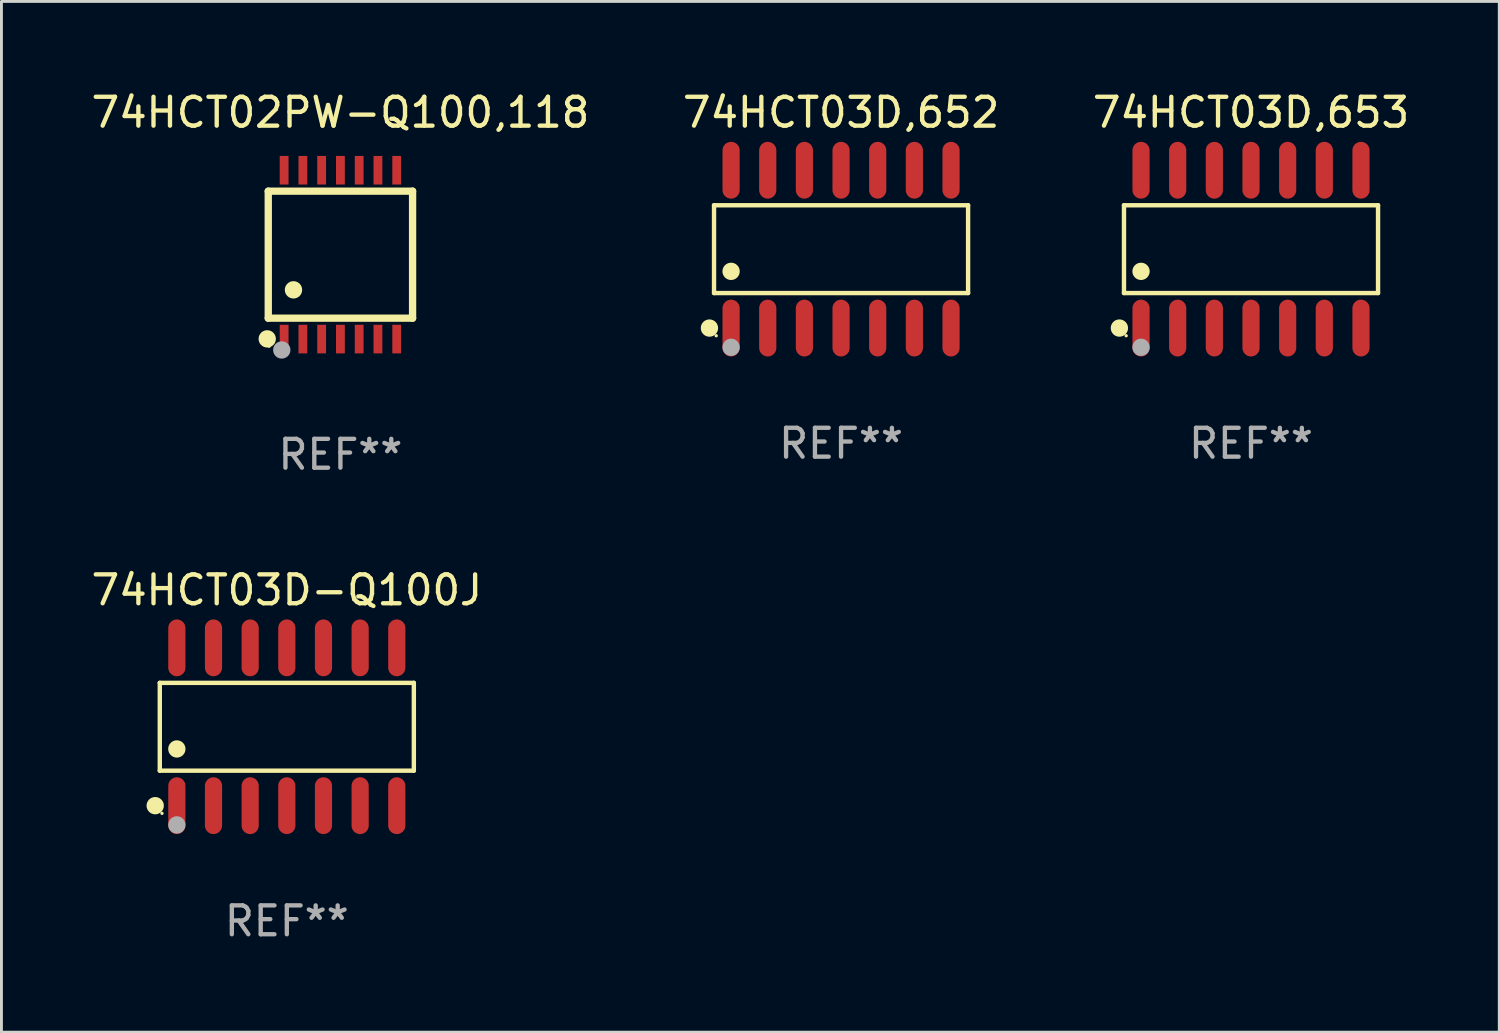
<source format=kicad_pcb>
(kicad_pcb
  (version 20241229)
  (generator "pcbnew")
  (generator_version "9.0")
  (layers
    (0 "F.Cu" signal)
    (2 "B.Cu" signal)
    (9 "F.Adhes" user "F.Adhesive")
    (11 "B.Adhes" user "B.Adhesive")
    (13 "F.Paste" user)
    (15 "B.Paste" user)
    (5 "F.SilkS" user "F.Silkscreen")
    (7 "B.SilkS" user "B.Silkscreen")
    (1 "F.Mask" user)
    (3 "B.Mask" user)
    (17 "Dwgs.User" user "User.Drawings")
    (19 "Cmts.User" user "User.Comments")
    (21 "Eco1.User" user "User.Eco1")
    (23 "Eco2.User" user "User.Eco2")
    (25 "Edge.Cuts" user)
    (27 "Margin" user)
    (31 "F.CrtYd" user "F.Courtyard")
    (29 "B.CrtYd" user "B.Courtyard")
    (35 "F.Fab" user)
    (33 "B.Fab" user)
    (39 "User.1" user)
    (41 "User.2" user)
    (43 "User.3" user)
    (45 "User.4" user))
  (footprint "74HCT03D-Q100J"
    (layer "F.Cu")
    (at 6.887 22.129)
    (property "Reference" "74HCT03D-Q100J" (at 0 -4.734 0) (layer "F.SilkS") (effects (font (size 1 1) (thickness 0.15))))
    (attr through_hole)
    (fp_line (start -4.401 -1.521) (end 4.401 -1.521) (stroke (width 0.152) (type solid)) (layer "F.SilkS"))
    (fp_line (start -4.401 1.521) (end -4.401 -1.521) (stroke (width 0.152) (type solid)) (layer "F.SilkS"))
    (fp_line (start 4.401 -1.521) (end 4.401 1.521) (stroke (width 0.152) (type solid)) (layer "F.SilkS"))
    (fp_line (start 4.401 1.521) (end -4.401 1.521) (stroke (width 0.152) (type solid)) (layer "F.SilkS"))
    (fp_circle (center -4.56 2.734) (end -4.41 2.734) (stroke (width 0.3) (type solid)) (fill no) (layer "F.SilkS"))
    (fp_circle (center -4.325 3) (end -4.295 3) (stroke (width 0.06) (type solid)) (fill no) (layer "F.SilkS"))
    (fp_circle (center -3.81 0.769) (end -3.66 0.769) (stroke (width 0.3) (type solid)) (fill no) (layer "F.SilkS"))
    (fp_circle (center -3.81 3.4) (end -3.66 3.4) (stroke (width 0.3) (type solid)) (fill no) (layer "F.Fab"))
    (fp_text user "REF**" (at 0 6.734 0) (layer "F.Fab") (effects (font (size 1 1) (thickness 0.15))))
    (pad "1" smd oval (at -3.81 2.734) (size 0.595 1.968) (layers "F.Cu" "F.Mask" "F.Paste"))
    (pad "2" smd oval (at -2.54 2.734) (size 0.595 1.968) (layers "F.Cu" "F.Mask" "F.Paste"))
    (pad "3" smd oval (at -1.27 2.734) (size 0.595 1.968) (layers "F.Cu" "F.Mask" "F.Paste"))
    (pad "4" smd oval (at 0 2.734) (size 0.595 1.968) (layers "F.Cu" "F.Mask" "F.Paste"))
    (pad "5" smd oval (at 1.27 2.734) (size 0.595 1.968) (layers "F.Cu" "F.Mask" "F.Paste"))
    (pad "6" smd oval (at 2.54 2.734) (size 0.595 1.968) (layers "F.Cu" "F.Mask" "F.Paste"))
    (pad "7" smd oval (at 3.81 2.734) (size 0.595 1.968) (layers "F.Cu" "F.Mask" "F.Paste"))
    (pad "8" smd oval (at 3.81 -2.734) (size 0.595 1.968) (layers "F.Cu" "F.Mask" "F.Paste"))
    (pad "9" smd oval (at 2.54 -2.734) (size 0.595 1.968) (layers "F.Cu" "F.Mask" "F.Paste"))
    (pad "10" smd oval (at 1.27 -2.734) (size 0.595 1.968) (layers "F.Cu" "F.Mask" "F.Paste"))
    (pad "11" smd oval (at 0 -2.734) (size 0.595 1.968) (layers "F.Cu" "F.Mask" "F.Paste"))
    (pad "12" smd oval (at -1.27 -2.734) (size 0.595 1.968) (layers "F.Cu" "F.Mask" "F.Paste"))
    (pad "13" smd oval (at -2.54 -2.734) (size 0.595 1.968) (layers "F.Cu" "F.Mask" "F.Paste"))
    (pad "14" smd oval (at -3.81 -2.734) (size 0.595 1.968) (layers "F.Cu" "F.Mask" "F.Paste")))
  (footprint "74HCT03D,653"
    (layer "F.Cu")
    (at 40.292 5.582)
    (property "Reference" "74HCT03D,653" (at 0 -4.734 0) (layer "F.SilkS") (effects (font (size 1 1) (thickness 0.15))))
    (attr through_hole)
    (fp_line (start -4.401 -1.521) (end 4.401 -1.521) (stroke (width 0.152) (type solid)) (layer "F.SilkS"))
    (fp_line (start -4.401 1.521) (end -4.401 -1.521) (stroke (width 0.152) (type solid)) (layer "F.SilkS"))
    (fp_line (start 4.401 -1.521) (end 4.401 1.521) (stroke (width 0.152) (type solid)) (layer "F.SilkS"))
    (fp_line (start 4.401 1.521) (end -4.401 1.521) (stroke (width 0.152) (type solid)) (layer "F.SilkS"))
    (fp_circle (center -4.56 2.734) (end -4.41 2.734) (stroke (width 0.3) (type solid)) (fill no) (layer "F.SilkS"))
    (fp_circle (center -4.325 3) (end -4.295 3) (stroke (width 0.06) (type solid)) (fill no) (layer "F.SilkS"))
    (fp_circle (center -3.81 0.769) (end -3.66 0.769) (stroke (width 0.3) (type solid)) (fill no) (layer "F.SilkS"))
    (fp_circle (center -3.81 3.4) (end -3.66 3.4) (stroke (width 0.3) (type solid)) (fill no) (layer "F.Fab"))
    (fp_text user "REF**" (at 0 6.734 0) (layer "F.Fab") (effects (font (size 1 1) (thickness 0.15))))
    (pad "1" smd oval (at -3.81 2.734) (size 0.595 1.968) (layers "F.Cu" "F.Mask" "F.Paste"))
    (pad "2" smd oval (at -2.54 2.734) (size 0.595 1.968) (layers "F.Cu" "F.Mask" "F.Paste"))
    (pad "3" smd oval (at -1.27 2.734) (size 0.595 1.968) (layers "F.Cu" "F.Mask" "F.Paste"))
    (pad "4" smd oval (at 0 2.734) (size 0.595 1.968) (layers "F.Cu" "F.Mask" "F.Paste"))
    (pad "5" smd oval (at 1.27 2.734) (size 0.595 1.968) (layers "F.Cu" "F.Mask" "F.Paste"))
    (pad "6" smd oval (at 2.54 2.734) (size 0.595 1.968) (layers "F.Cu" "F.Mask" "F.Paste"))
    (pad "7" smd oval (at 3.81 2.734) (size 0.595 1.968) (layers "F.Cu" "F.Mask" "F.Paste"))
    (pad "8" smd oval (at 3.81 -2.734) (size 0.595 1.968) (layers "F.Cu" "F.Mask" "F.Paste"))
    (pad "9" smd oval (at 2.54 -2.734) (size 0.595 1.968) (layers "F.Cu" "F.Mask" "F.Paste"))
    (pad "10" smd oval (at 1.27 -2.734) (size 0.595 1.968) (layers "F.Cu" "F.Mask" "F.Paste"))
    (pad "11" smd oval (at 0 -2.734) (size 0.595 1.968) (layers "F.Cu" "F.Mask" "F.Paste"))
    (pad "12" smd oval (at -1.27 -2.734) (size 0.595 1.968) (layers "F.Cu" "F.Mask" "F.Paste"))
    (pad "13" smd oval (at -2.54 -2.734) (size 0.595 1.968) (layers "F.Cu" "F.Mask" "F.Paste"))
    (pad "14" smd oval (at -3.81 -2.734) (size 0.595 1.968) (layers "F.Cu" "F.Mask" "F.Paste")))
  (footprint "74HCT03D,652"
    (layer "F.Cu")
    (at 26.089 5.582)
    (property "Reference" "74HCT03D,652" (at 0 -4.734 0) (layer "F.SilkS") (effects (font (size 1 1) (thickness 0.15))))
    (attr through_hole)
    (fp_line (start -4.401 -1.521) (end 4.401 -1.521) (stroke (width 0.152) (type solid)) (layer "F.SilkS"))
    (fp_line (start -4.401 1.521) (end -4.401 -1.521) (stroke (width 0.152) (type solid)) (layer "F.SilkS"))
    (fp_line (start 4.401 -1.521) (end 4.401 1.521) (stroke (width 0.152) (type solid)) (layer "F.SilkS"))
    (fp_line (start 4.401 1.521) (end -4.401 1.521) (stroke (width 0.152) (type solid)) (layer "F.SilkS"))
    (fp_circle (center -4.56 2.734) (end -4.41 2.734) (stroke (width 0.3) (type solid)) (fill no) (layer "F.SilkS"))
    (fp_circle (center -4.325 3) (end -4.295 3) (stroke (width 0.06) (type solid)) (fill no) (layer "F.SilkS"))
    (fp_circle (center -3.81 0.769) (end -3.66 0.769) (stroke (width 0.3) (type solid)) (fill no) (layer "F.SilkS"))
    (fp_circle (center -3.81 3.4) (end -3.66 3.4) (stroke (width 0.3) (type solid)) (fill no) (layer "F.Fab"))
    (fp_text user "REF**" (at 0 6.734 0) (layer "F.Fab") (effects (font (size 1 1) (thickness 0.15))))
    (pad "1" smd oval (at -3.81 2.734) (size 0.595 1.968) (layers "F.Cu" "F.Mask" "F.Paste"))
    (pad "2" smd oval (at -2.54 2.734) (size 0.595 1.968) (layers "F.Cu" "F.Mask" "F.Paste"))
    (pad "3" smd oval (at -1.27 2.734) (size 0.595 1.968) (layers "F.Cu" "F.Mask" "F.Paste"))
    (pad "4" smd oval (at 0 2.734) (size 0.595 1.968) (layers "F.Cu" "F.Mask" "F.Paste"))
    (pad "5" smd oval (at 1.27 2.734) (size 0.595 1.968) (layers "F.Cu" "F.Mask" "F.Paste"))
    (pad "6" smd oval (at 2.54 2.734) (size 0.595 1.968) (layers "F.Cu" "F.Mask" "F.Paste"))
    (pad "7" smd oval (at 3.81 2.734) (size 0.595 1.968) (layers "F.Cu" "F.Mask" "F.Paste"))
    (pad "8" smd oval (at 3.81 -2.734) (size 0.595 1.968) (layers "F.Cu" "F.Mask" "F.Paste"))
    (pad "9" smd oval (at 2.54 -2.734) (size 0.595 1.968) (layers "F.Cu" "F.Mask" "F.Paste"))
    (pad "10" smd oval (at 1.27 -2.734) (size 0.595 1.968) (layers "F.Cu" "F.Mask" "F.Paste"))
    (pad "11" smd oval (at 0 -2.734) (size 0.595 1.968) (layers "F.Cu" "F.Mask" "F.Paste"))
    (pad "12" smd oval (at -1.27 -2.734) (size 0.595 1.968) (layers "F.Cu" "F.Mask" "F.Paste"))
    (pad "13" smd oval (at -2.54 -2.734) (size 0.595 1.968) (layers "F.Cu" "F.Mask" "F.Paste"))
    (pad "14" smd oval (at -3.81 -2.734) (size 0.595 1.968) (layers "F.Cu" "F.Mask" "F.Paste")))
  (footprint "74HCT02PW-Q100,118"
    (layer "F.Cu")
    (at 8.744 5.773)
    (property "Reference" "74HCT02PW-Q100,118" (at 0 -4.925 0) (layer "F.SilkS") (effects (font (size 1 1) (thickness 0.15))))
    (attr through_hole)
    (fp_line (start -2.5 2.2) (end -2.5 -2.2) (stroke (width 0.254) (type solid)) (layer "F.SilkS"))
    (fp_line (start -2.5 2.2) (end 2.5 2.2) (stroke (width 0.254) (type solid)) (layer "F.SilkS"))
    (fp_line (start 2.5 -2.2) (end -2.5 -2.2) (stroke (width 0.254) (type solid)) (layer "F.SilkS"))
    (fp_line (start 2.5 -2.2) (end 2.5 2.2) (stroke (width 0.254) (type solid)) (layer "F.SilkS"))
    (fp_circle (center -2.536 2.917) (end -2.386 2.917) (stroke (width 0.3) (type solid)) (fill no) (layer "F.SilkS"))
    (fp_circle (center -2.47 3.17) (end -2.44 3.17) (stroke (width 0.06) (type solid)) (fill no) (layer "F.SilkS"))
    (fp_circle (center -1.626 1.219) (end -1.475 1.219) (stroke (width 0.3) (type solid)) (fill no) (layer "F.SilkS"))
    (fp_circle (center -2.032 3.302) (end -1.882 3.302) (stroke (width 0.3) (type solid)) (fill no) (layer "F.Fab"))
    (fp_text user "REF**" (at 0 6.925 0) (layer "F.Fab") (effects (font (size 1 1) (thickness 0.15))))
    (pad "1" smd rect (at -1.95 2.925) (size 0.305 0.991) (layers "F.Cu" "F.Mask" "F.Paste"))
    (pad "2" smd rect (at -1.3 2.925) (size 0.305 0.991) (layers "F.Cu" "F.Mask" "F.Paste"))
    (pad "3" smd rect (at -0.65 2.925) (size 0.305 0.991) (layers "F.Cu" "F.Mask" "F.Paste"))
    (pad "4" smd rect (at 0 2.925) (size 0.305 0.991) (layers "F.Cu" "F.Mask" "F.Paste"))
    (pad "5" smd rect (at 0.65 2.925) (size 0.305 0.991) (layers "F.Cu" "F.Mask" "F.Paste"))
    (pad "6" smd rect (at 1.3 2.925) (size 0.305 0.991) (layers "F.Cu" "F.Mask" "F.Paste"))
    (pad "7" smd rect (at 1.95 2.925) (size 0.305 0.991) (layers "F.Cu" "F.Mask" "F.Paste"))
    (pad "8" smd rect (at 1.95 -2.925) (size 0.305 0.991) (layers "F.Cu" "F.Mask" "F.Paste"))
    (pad "9" smd rect (at 1.3 -2.925) (size 0.305 0.991) (layers "F.Cu" "F.Mask" "F.Paste"))
    (pad "10" smd rect (at 0.65 -2.925) (size 0.305 0.991) (layers "F.Cu" "F.Mask" "F.Paste"))
    (pad "11" smd rect (at 0 -2.925) (size 0.305 0.991) (layers "F.Cu" "F.Mask" "F.Paste"))
    (pad "12" smd rect (at -0.65 -2.925) (size 0.305 0.991) (layers "F.Cu" "F.Mask" "F.Paste"))
    (pad "13" smd rect (at -1.3 -2.925) (size 0.305 0.991) (layers "F.Cu" "F.Mask" "F.Paste"))
    (pad "14" smd rect (at -1.95 -2.925) (size 0.305 0.991) (layers "F.Cu" "F.Mask" "F.Paste")))
  (gr_rect
    (start -3 -3)
    (end 48.893 32.711)
    (stroke (width 0.1) (type default))
    (fill no)
    (layer "Edge.Cuts")))
</source>
